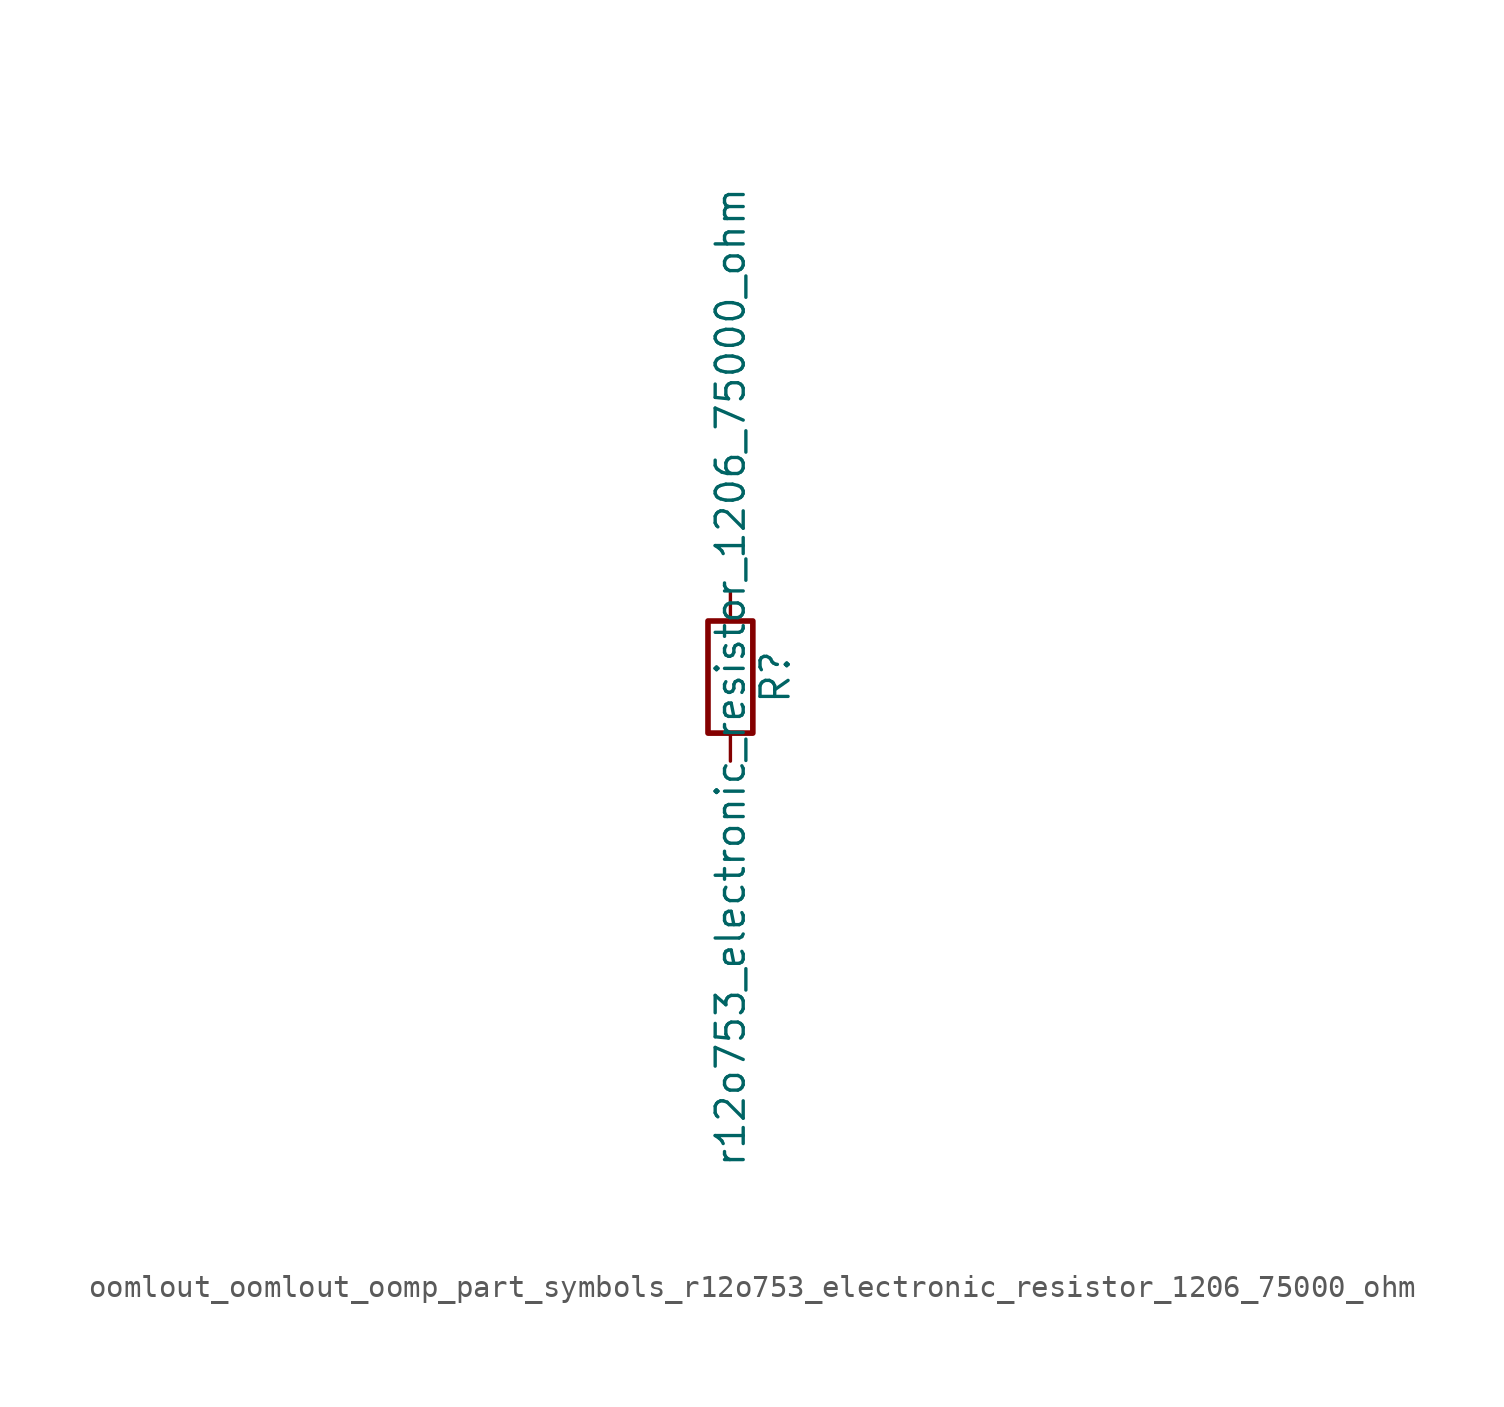
<source format=kicad_sym>
(kicad_symbol_lib
  (version 20220914)
  (generator kicad_symbol_editor)
  (symbol "oomlout_oomlout_oomp_part_symbols_r12o753_electronic_resistor_1206_75000_ohm"
    (pin_numbers hide)
    (pin_names
      (offset 0))
    (property "Reference" "R"
      (at 2.032 0 90)
      (effects (font (size 1.27 1.27))))
    (property "Value" "r12o753_electronic_resistor_1206_75000_ohm"
      (at 0 0 90)
      (effects (font (size 1.27 1.27))))
    (symbol "oomlout_oomlout_oomp_part_symbols_r12o753_electronic_resistor_1206_75000_ohm_0_1"
      (rectangle (start -1.016 -2.54) (end 1.016 2.54) (stroke (width 0.254) (type default)) (fill (type none))))
    (symbol "oomlout_oomlout_oomp_part_symbols_r12o753_electronic_resistor_1206_75000_ohm_1_1"
      (pin passive line (at 0 3.81 270) (length 1.27) (name "~" (effects (font (size 1.27 1.27)))) (number "1" (effects (font (size 1.27 1.27)))))
      (pin passive line (at 0 -3.81 90) (length 1.27) (name "~" (effects (font (size 1.27 1.27)))) (number "2" (effects (font (size 1.27 1.27))))))))
</source>
